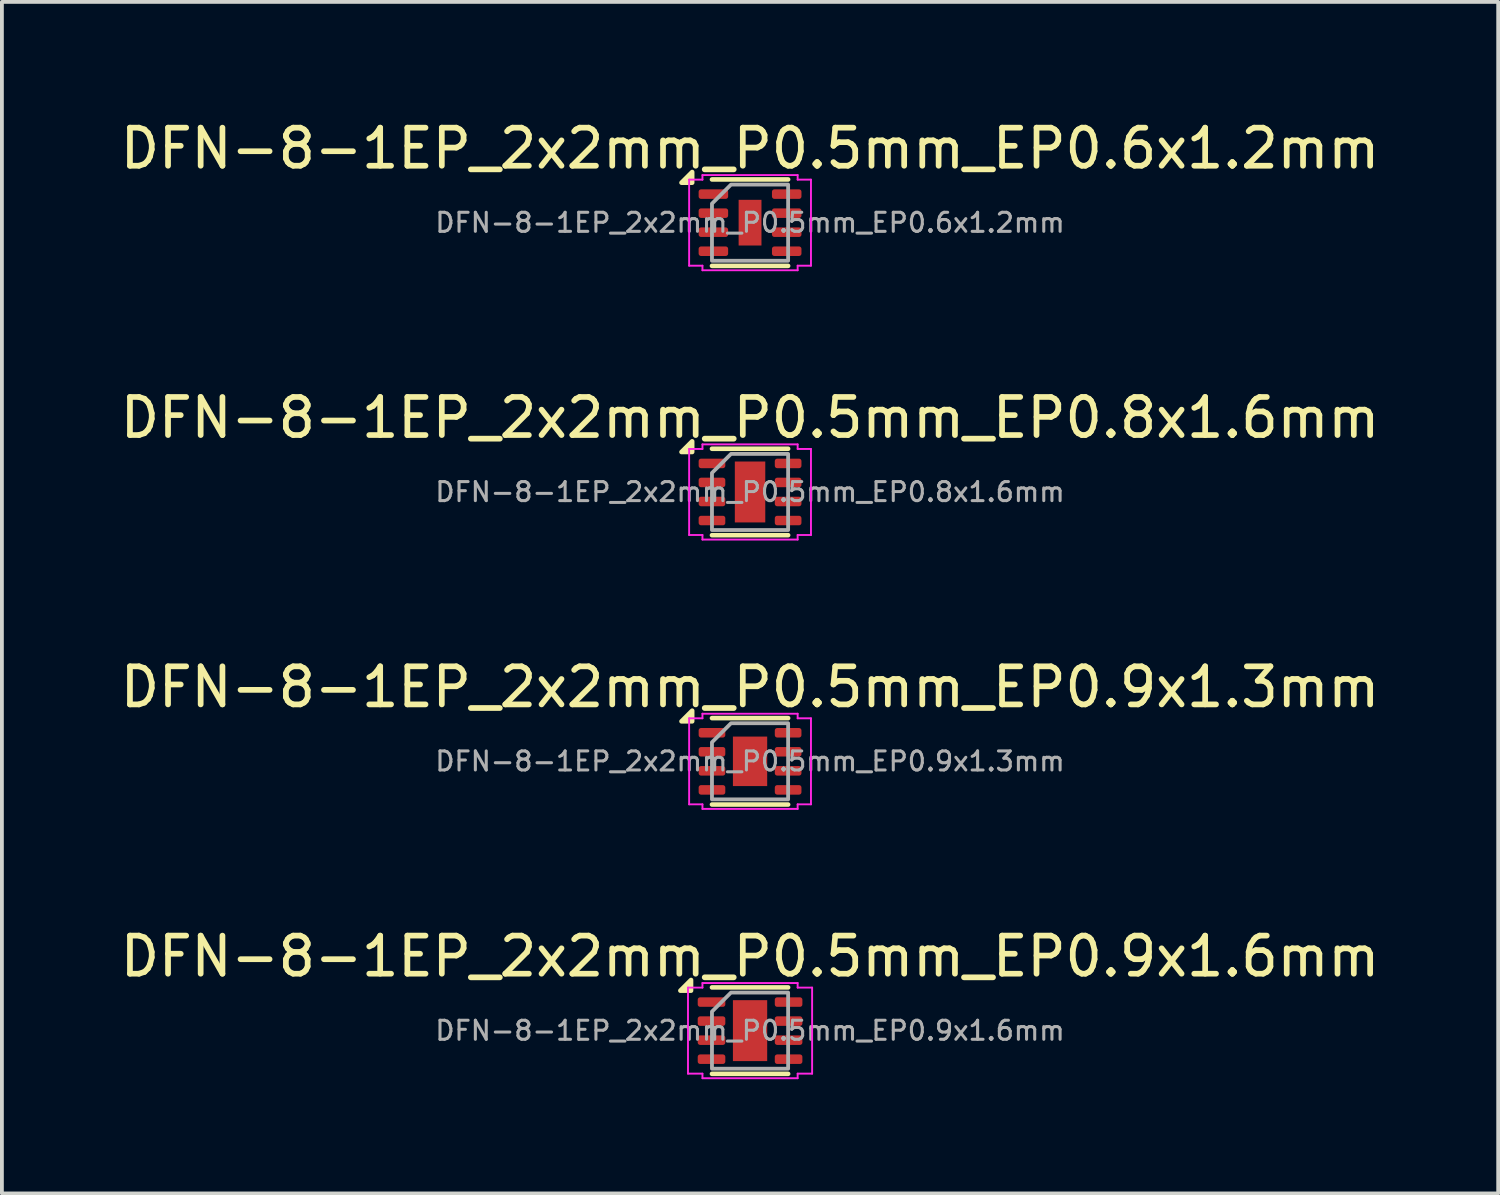
<source format=kicad_pcb>
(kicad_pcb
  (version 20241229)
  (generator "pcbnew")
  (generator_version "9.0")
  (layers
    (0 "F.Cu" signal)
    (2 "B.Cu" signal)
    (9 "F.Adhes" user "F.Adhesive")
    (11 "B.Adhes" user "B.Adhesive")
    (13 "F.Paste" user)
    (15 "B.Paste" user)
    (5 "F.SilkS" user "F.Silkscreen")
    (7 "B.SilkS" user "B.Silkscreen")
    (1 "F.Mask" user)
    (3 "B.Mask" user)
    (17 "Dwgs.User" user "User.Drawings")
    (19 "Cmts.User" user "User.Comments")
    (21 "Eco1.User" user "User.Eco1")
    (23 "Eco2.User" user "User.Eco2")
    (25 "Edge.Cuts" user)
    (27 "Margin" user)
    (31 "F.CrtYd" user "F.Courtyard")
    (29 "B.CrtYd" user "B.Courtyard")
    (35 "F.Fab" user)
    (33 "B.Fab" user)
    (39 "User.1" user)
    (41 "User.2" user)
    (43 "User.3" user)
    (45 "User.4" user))
  (footprint "DFN-8-1EP_2x2mm_P0.5mm_EP0.6x1.2mm"
    (layer "F.Cu")
    (at 16.649 2.798)
    (property "Reference" "DFN-8-1EP_2x2mm_P0.5mm_EP0.6x1.2mm" (at 0 -1.95 0) (layer "F.SilkS") (effects (font (size 1 1) (thickness 0.15))))
    (attr smd)
    (fp_line (start -1 -1.135) (end 1 -1.135) (stroke (width 0.12) (type solid)) (layer "F.SilkS"))
    (fp_line (start -1 1.135) (end 1 1.135) (stroke (width 0.12) (type solid)) (layer "F.SilkS"))
    (fp_poly (pts (xy -1.52 -1.05) (xy -1.8 -1.05) (xy -1.52 -1.33)) (stroke (width 0.12) (type solid)) (fill yes) (layer "F.SilkS"))
    (fp_line (start -1.6 -1.13) (end -1.25 -1.13) (stroke (width 0.05) (type solid)) (layer "F.CrtYd"))
    (fp_line (start -1.6 1.13) (end -1.6 -1.13) (stroke (width 0.05) (type solid)) (layer "F.CrtYd"))
    (fp_line (start -1.25 -1.25) (end 1.25 -1.25) (stroke (width 0.05) (type solid)) (layer "F.CrtYd"))
    (fp_line (start -1.25 -1.13) (end -1.25 -1.25) (stroke (width 0.05) (type solid)) (layer "F.CrtYd"))
    (fp_line (start -1.25 1.13) (end -1.6 1.13) (stroke (width 0.05) (type solid)) (layer "F.CrtYd"))
    (fp_line (start -1.25 1.25) (end -1.25 1.13) (stroke (width 0.05) (type solid)) (layer "F.CrtYd"))
    (fp_line (start 1.25 -1.25) (end 1.25 -1.13) (stroke (width 0.05) (type solid)) (layer "F.CrtYd"))
    (fp_line (start 1.25 -1.13) (end 1.6 -1.13) (stroke (width 0.05) (type solid)) (layer "F.CrtYd"))
    (fp_line (start 1.25 1.13) (end 1.25 1.25) (stroke (width 0.05) (type solid)) (layer "F.CrtYd"))
    (fp_line (start 1.25 1.25) (end -1.25 1.25) (stroke (width 0.05) (type solid)) (layer "F.CrtYd"))
    (fp_line (start 1.6 -1.13) (end 1.6 1.13) (stroke (width 0.05) (type solid)) (layer "F.CrtYd"))
    (fp_line (start 1.6 1.13) (end 1.25 1.13) (stroke (width 0.05) (type solid)) (layer "F.CrtYd"))
    (fp_poly (pts (xy -1 -0.5) (xy -1 1) (xy 1 1) (xy 1 -1) (xy -0.5 -1)) (stroke (width 0.1) (type solid)) (fill no) (layer "F.Fab"))
    (fp_text user "${REFERENCE}" (at 0 0 0) (layer "F.Fab") (effects (font (size 0.5 0.5) (thickness 0.08))))
    (pad "" smd roundrect (at -0.15 -0.3) (size 0.24 0.48) (layers "F.Paste") (roundrect_rratio 0.25))
    (pad "" smd roundrect (at -0.15 0.3) (size 0.24 0.48) (layers "F.Paste") (roundrect_rratio 0.25))
    (pad "" smd roundrect (at 0.15 -0.3) (size 0.24 0.48) (layers "F.Paste") (roundrect_rratio 0.25))
    (pad "" smd roundrect (at 0.15 0.3) (size 0.24 0.48) (layers "F.Paste") (roundrect_rratio 0.25))
    (pad "1" smd roundrect (at -0.963 -0.75) (size 0.775 0.25) (layers "F.Cu" "F.Mask" "F.Paste") (roundrect_rratio 0.25))
    (pad "2" smd roundrect (at -0.963 -0.25) (size 0.775 0.25) (layers "F.Cu" "F.Mask" "F.Paste") (roundrect_rratio 0.25))
    (pad "3" smd roundrect (at -0.963 0.25) (size 0.775 0.25) (layers "F.Cu" "F.Mask" "F.Paste") (roundrect_rratio 0.25))
    (pad "4" smd roundrect (at -0.963 0.75) (size 0.775 0.25) (layers "F.Cu" "F.Mask" "F.Paste") (roundrect_rratio 0.25))
    (pad "5" smd roundrect (at 0.963 0.75) (size 0.775 0.25) (layers "F.Cu" "F.Mask" "F.Paste") (roundrect_rratio 0.25))
    (pad "6" smd roundrect (at 0.963 0.25) (size 0.775 0.25) (layers "F.Cu" "F.Mask" "F.Paste") (roundrect_rratio 0.25))
    (pad "7" smd roundrect (at 0.963 -0.25) (size 0.775 0.25) (layers "F.Cu" "F.Mask" "F.Paste") (roundrect_rratio 0.25))
    (pad "8" smd roundrect (at 0.963 -0.75) (size 0.775 0.25) (layers "F.Cu" "F.Mask" "F.Paste") (roundrect_rratio 0.25))
    (pad "9" smd rect (at 0 0) (size 0.6 1.2) (property pad_prop_heatsink) (layers "F.Cu" "F.Mask")))
  (footprint "DFN-8-1EP_2x2mm_P0.5mm_EP0.8x1.6mm"
    (layer "F.Cu")
    (at 16.649 9.871)
    (property "Reference" "DFN-8-1EP_2x2mm_P0.5mm_EP0.8x1.6mm" (at 0 -1.95 0) (layer "F.SilkS") (effects (font (size 1 1) (thickness 0.15))))
    (attr smd)
    (fp_line (start -1 -1.135) (end 1 -1.135) (stroke (width 0.12) (type solid)) (layer "F.SilkS"))
    (fp_line (start -1 1.135) (end 1 1.135) (stroke (width 0.12) (type solid)) (layer "F.SilkS"))
    (fp_poly (pts (xy -1.52 -1.05) (xy -1.8 -1.05) (xy -1.52 -1.33)) (stroke (width 0.12) (type solid)) (fill yes) (layer "F.SilkS"))
    (fp_line (start -1.6 -1.13) (end -1.25 -1.13) (stroke (width 0.05) (type solid)) (layer "F.CrtYd"))
    (fp_line (start -1.6 1.13) (end -1.6 -1.13) (stroke (width 0.05) (type solid)) (layer "F.CrtYd"))
    (fp_line (start -1.25 -1.25) (end 1.25 -1.25) (stroke (width 0.05) (type solid)) (layer "F.CrtYd"))
    (fp_line (start -1.25 -1.13) (end -1.25 -1.25) (stroke (width 0.05) (type solid)) (layer "F.CrtYd"))
    (fp_line (start -1.25 1.13) (end -1.6 1.13) (stroke (width 0.05) (type solid)) (layer "F.CrtYd"))
    (fp_line (start -1.25 1.25) (end -1.25 1.13) (stroke (width 0.05) (type solid)) (layer "F.CrtYd"))
    (fp_line (start 1.25 -1.25) (end 1.25 -1.13) (stroke (width 0.05) (type solid)) (layer "F.CrtYd"))
    (fp_line (start 1.25 -1.13) (end 1.6 -1.13) (stroke (width 0.05) (type solid)) (layer "F.CrtYd"))
    (fp_line (start 1.25 1.13) (end 1.25 1.25) (stroke (width 0.05) (type solid)) (layer "F.CrtYd"))
    (fp_line (start 1.25 1.25) (end -1.25 1.25) (stroke (width 0.05) (type solid)) (layer "F.CrtYd"))
    (fp_line (start 1.6 -1.13) (end 1.6 1.13) (stroke (width 0.05) (type solid)) (layer "F.CrtYd"))
    (fp_line (start 1.6 1.13) (end 1.25 1.13) (stroke (width 0.05) (type solid)) (layer "F.CrtYd"))
    (fp_poly (pts (xy -1 -0.5) (xy -1 1) (xy 1 1) (xy 1 -1) (xy -0.5 -1)) (stroke (width 0.1) (type solid)) (fill no) (layer "F.Fab"))
    (fp_text user "${REFERENCE}" (at 0 0 0) (layer "F.Fab") (effects (font (size 0.5 0.5) (thickness 0.08))))
    (pad "" smd roundrect (at 0 0) (size 0.64 1.29) (layers "F.Paste") (roundrect_rratio 0.25))
    (pad "1" smd roundrect (at -1 -0.75) (size 0.7 0.25) (layers "F.Cu" "F.Mask" "F.Paste") (roundrect_rratio 0.25))
    (pad "2" smd roundrect (at -1 -0.25) (size 0.7 0.25) (layers "F.Cu" "F.Mask" "F.Paste") (roundrect_rratio 0.25))
    (pad "3" smd roundrect (at -1 0.25) (size 0.7 0.25) (layers "F.Cu" "F.Mask" "F.Paste") (roundrect_rratio 0.25))
    (pad "4" smd roundrect (at -1 0.75) (size 0.7 0.25) (layers "F.Cu" "F.Mask" "F.Paste") (roundrect_rratio 0.25))
    (pad "5" smd roundrect (at 1 0.75) (size 0.7 0.25) (layers "F.Cu" "F.Mask" "F.Paste") (roundrect_rratio 0.25))
    (pad "6" smd roundrect (at 1 0.25) (size 0.7 0.25) (layers "F.Cu" "F.Mask" "F.Paste") (roundrect_rratio 0.25))
    (pad "7" smd roundrect (at 1 -0.25) (size 0.7 0.25) (layers "F.Cu" "F.Mask" "F.Paste") (roundrect_rratio 0.25))
    (pad "8" smd roundrect (at 1 -0.75) (size 0.7 0.25) (layers "F.Cu" "F.Mask" "F.Paste") (roundrect_rratio 0.25))
    (pad "9" smd rect (at 0 0) (size 0.8 1.6) (property pad_prop_heatsink) (layers "F.Cu" "F.Mask")))
  (footprint "DFN-8-1EP_2x2mm_P0.5mm_EP0.9x1.3mm"
    (layer "F.Cu")
    (at 16.649 16.945)
    (property "Reference" "DFN-8-1EP_2x2mm_P0.5mm_EP0.9x1.3mm" (at 0 -1.95 0) (layer "F.SilkS") (effects (font (size 1 1) (thickness 0.15))))
    (attr smd)
    (fp_line (start -1 -1.135) (end 1 -1.135) (stroke (width 0.12) (type solid)) (layer "F.SilkS"))
    (fp_line (start -1 1.135) (end 1 1.135) (stroke (width 0.12) (type solid)) (layer "F.SilkS"))
    (fp_poly (pts (xy -1.52 -1.05) (xy -1.8 -1.05) (xy -1.52 -1.33)) (stroke (width 0.12) (type solid)) (fill yes) (layer "F.SilkS"))
    (fp_line (start -1.6 -1.13) (end -1.25 -1.13) (stroke (width 0.05) (type solid)) (layer "F.CrtYd"))
    (fp_line (start -1.6 1.13) (end -1.6 -1.13) (stroke (width 0.05) (type solid)) (layer "F.CrtYd"))
    (fp_line (start -1.25 -1.25) (end 1.25 -1.25) (stroke (width 0.05) (type solid)) (layer "F.CrtYd"))
    (fp_line (start -1.25 -1.13) (end -1.25 -1.25) (stroke (width 0.05) (type solid)) (layer "F.CrtYd"))
    (fp_line (start -1.25 1.13) (end -1.6 1.13) (stroke (width 0.05) (type solid)) (layer "F.CrtYd"))
    (fp_line (start -1.25 1.25) (end -1.25 1.13) (stroke (width 0.05) (type solid)) (layer "F.CrtYd"))
    (fp_line (start 1.25 -1.25) (end 1.25 -1.13) (stroke (width 0.05) (type solid)) (layer "F.CrtYd"))
    (fp_line (start 1.25 -1.13) (end 1.6 -1.13) (stroke (width 0.05) (type solid)) (layer "F.CrtYd"))
    (fp_line (start 1.25 1.13) (end 1.25 1.25) (stroke (width 0.05) (type solid)) (layer "F.CrtYd"))
    (fp_line (start 1.25 1.25) (end -1.25 1.25) (stroke (width 0.05) (type solid)) (layer "F.CrtYd"))
    (fp_line (start 1.6 -1.13) (end 1.6 1.13) (stroke (width 0.05) (type solid)) (layer "F.CrtYd"))
    (fp_line (start 1.6 1.13) (end 1.25 1.13) (stroke (width 0.05) (type solid)) (layer "F.CrtYd"))
    (fp_poly (pts (xy -1 -0.5) (xy -1 1) (xy 1 1) (xy 1 -1) (xy -0.5 -1)) (stroke (width 0.1) (type solid)) (fill no) (layer "F.Fab"))
    (fp_text user "${REFERENCE}" (at 0 0 0) (layer "F.Fab") (effects (font (size 0.5 0.5) (thickness 0.08))))
    (pad "" smd roundrect (at -0.225 -0.325) (size 0.36 0.52) (layers "F.Paste") (roundrect_rratio 0.25))
    (pad "" smd roundrect (at -0.225 0.325) (size 0.36 0.52) (layers "F.Paste") (roundrect_rratio 0.25))
    (pad "" smd roundrect (at 0.225 -0.325) (size 0.36 0.52) (layers "F.Paste") (roundrect_rratio 0.25))
    (pad "" smd roundrect (at 0.225 0.325) (size 0.36 0.52) (layers "F.Paste") (roundrect_rratio 0.25))
    (pad "1" smd roundrect (at -1 -0.75) (size 0.7 0.25) (layers "F.Cu" "F.Mask" "F.Paste") (roundrect_rratio 0.25))
    (pad "2" smd roundrect (at -1 -0.25) (size 0.7 0.25) (layers "F.Cu" "F.Mask" "F.Paste") (roundrect_rratio 0.25))
    (pad "3" smd roundrect (at -1 0.25) (size 0.7 0.25) (layers "F.Cu" "F.Mask" "F.Paste") (roundrect_rratio 0.25))
    (pad "4" smd roundrect (at -1 0.75) (size 0.7 0.25) (layers "F.Cu" "F.Mask" "F.Paste") (roundrect_rratio 0.25))
    (pad "5" smd roundrect (at 1 0.75) (size 0.7 0.25) (layers "F.Cu" "F.Mask" "F.Paste") (roundrect_rratio 0.25))
    (pad "6" smd roundrect (at 1 0.25) (size 0.7 0.25) (layers "F.Cu" "F.Mask" "F.Paste") (roundrect_rratio 0.25))
    (pad "7" smd roundrect (at 1 -0.25) (size 0.7 0.25) (layers "F.Cu" "F.Mask" "F.Paste") (roundrect_rratio 0.25))
    (pad "8" smd roundrect (at 1 -0.75) (size 0.7 0.25) (layers "F.Cu" "F.Mask" "F.Paste") (roundrect_rratio 0.25))
    (pad "9" smd rect (at 0 0) (size 0.9 1.3) (property pad_prop_heatsink) (layers "F.Cu" "F.Mask")))
  (footprint "DFN-8-1EP_2x2mm_P0.5mm_EP0.9x1.6mm"
    (layer "F.Cu")
    (at 16.649 24.018)
    (property "Reference" "DFN-8-1EP_2x2mm_P0.5mm_EP0.9x1.6mm" (at 0 -1.95 0) (layer "F.SilkS") (effects (font (size 1 1) (thickness 0.15))))
    (attr smd)
    (fp_line (start -1 -1.135) (end 1 -1.135) (stroke (width 0.12) (type solid)) (layer "F.SilkS"))
    (fp_line (start -1 1.135) (end 1 1.135) (stroke (width 0.12) (type solid)) (layer "F.SilkS"))
    (fp_poly (pts (xy -1.55 -1.05) (xy -1.83 -1.05) (xy -1.55 -1.33)) (stroke (width 0.12) (type solid)) (fill yes) (layer "F.SilkS"))
    (fp_line (start -1.63 -1.13) (end -1.25 -1.13) (stroke (width 0.05) (type solid)) (layer "F.CrtYd"))
    (fp_line (start -1.63 1.13) (end -1.63 -1.13) (stroke (width 0.05) (type solid)) (layer "F.CrtYd"))
    (fp_line (start -1.25 -1.25) (end 1.25 -1.25) (stroke (width 0.05) (type solid)) (layer "F.CrtYd"))
    (fp_line (start -1.25 -1.13) (end -1.25 -1.25) (stroke (width 0.05) (type solid)) (layer "F.CrtYd"))
    (fp_line (start -1.25 1.13) (end -1.63 1.13) (stroke (width 0.05) (type solid)) (layer "F.CrtYd"))
    (fp_line (start -1.25 1.25) (end -1.25 1.13) (stroke (width 0.05) (type solid)) (layer "F.CrtYd"))
    (fp_line (start 1.25 -1.25) (end 1.25 -1.13) (stroke (width 0.05) (type solid)) (layer "F.CrtYd"))
    (fp_line (start 1.25 -1.13) (end 1.63 -1.13) (stroke (width 0.05) (type solid)) (layer "F.CrtYd"))
    (fp_line (start 1.25 1.13) (end 1.25 1.25) (stroke (width 0.05) (type solid)) (layer "F.CrtYd"))
    (fp_line (start 1.25 1.25) (end -1.25 1.25) (stroke (width 0.05) (type solid)) (layer "F.CrtYd"))
    (fp_line (start 1.63 -1.13) (end 1.63 1.13) (stroke (width 0.05) (type solid)) (layer "F.CrtYd"))
    (fp_line (start 1.63 1.13) (end 1.25 1.13) (stroke (width 0.05) (type solid)) (layer "F.CrtYd"))
    (fp_poly (pts (xy -1 -0.5) (xy -1 1) (xy 1 1) (xy 1 -1) (xy -0.5 -1)) (stroke (width 0.1) (type solid)) (fill no) (layer "F.Fab"))
    (fp_text user "${REFERENCE}" (at 0 0 0) (layer "F.Fab") (effects (font (size 0.5 0.5) (thickness 0.08))))
    (pad "" smd roundrect (at 0 0) (size 0.73 1.29) (layers "F.Paste") (roundrect_rratio 0.25))
    (pad "1" smd roundrect (at -1.012 -0.75) (size 0.725 0.25) (layers "F.Cu" "F.Mask" "F.Paste") (roundrect_rratio 0.25))
    (pad "2" smd roundrect (at -1.012 -0.25) (size 0.725 0.25) (layers "F.Cu" "F.Mask" "F.Paste") (roundrect_rratio 0.25))
    (pad "3" smd roundrect (at -1.012 0.25) (size 0.725 0.25) (layers "F.Cu" "F.Mask" "F.Paste") (roundrect_rratio 0.25))
    (pad "4" smd roundrect (at -1.012 0.75) (size 0.725 0.25) (layers "F.Cu" "F.Mask" "F.Paste") (roundrect_rratio 0.25))
    (pad "5" smd roundrect (at 1.012 0.75) (size 0.725 0.25) (layers "F.Cu" "F.Mask" "F.Paste") (roundrect_rratio 0.25))
    (pad "6" smd roundrect (at 1.012 0.25) (size 0.725 0.25) (layers "F.Cu" "F.Mask" "F.Paste") (roundrect_rratio 0.25))
    (pad "7" smd roundrect (at 1.012 -0.25) (size 0.725 0.25) (layers "F.Cu" "F.Mask" "F.Paste") (roundrect_rratio 0.25))
    (pad "8" smd roundrect (at 1.012 -0.75) (size 0.725 0.25) (layers "F.Cu" "F.Mask" "F.Paste") (roundrect_rratio 0.25))
    (pad "9" smd rect (at 0 0) (size 0.9 1.6) (property pad_prop_heatsink) (layers "F.Cu" "F.Mask")))
  (gr_rect
    (start -3 -3)
    (end 36.298 28.293)
    (stroke (width 0.1) (type default))
    (fill no)
    (layer "Edge.Cuts")))
</source>
